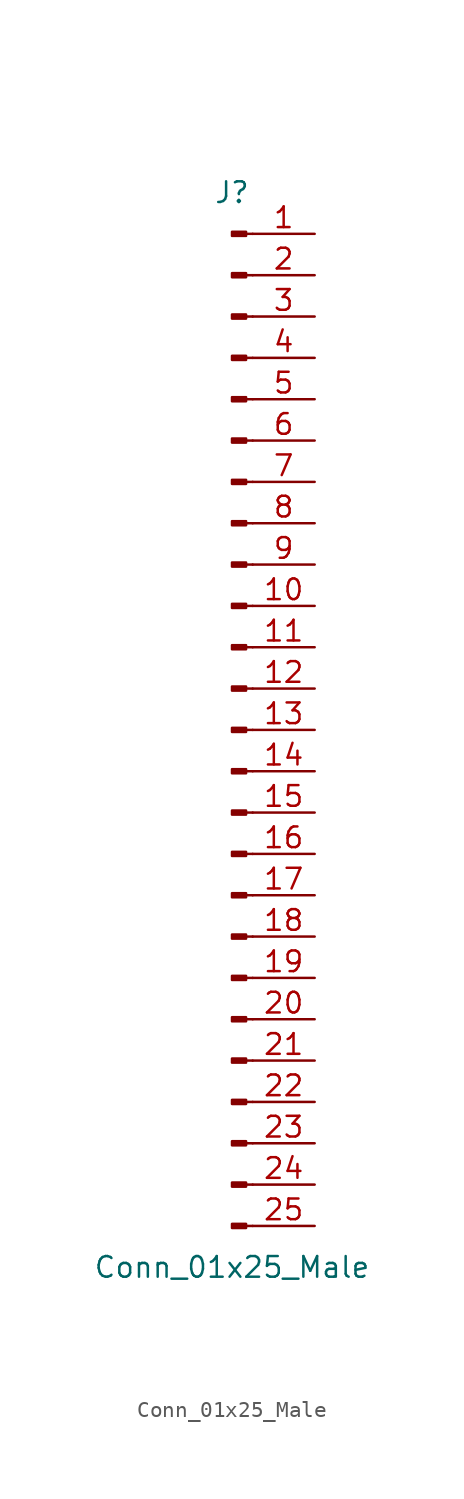
<source format=kicad_sym>
(kicad_symbol_lib
  (version 20201005)
  (generator kicad_symbol_editor)
  (symbol "Conn_01x25_Male"
    (pin_names
      (offset 1.016) hide)
    (property "Reference" "J"
      (at 0 33.02 0)
      (effects (font (size 1.27 1.27))))
    (property "Value" "Conn_01x25_Male"
      (at 0 -33.02 0)
      (effects (font (size 1.27 1.27))))
    (symbol "Conn_01x25_Male_1_1"
      (rectangle (start 0.864 -30.353) (end 0 -30.607) (stroke (width 0.152)) (fill (type outline)))
      (rectangle (start 0.864 -27.813) (end 0 -28.067) (stroke (width 0.152)) (fill (type outline)))
      (rectangle (start 0.864 -25.273) (end 0 -25.527) (stroke (width 0.152)) (fill (type outline)))
      (rectangle (start 0.864 -22.733) (end 0 -22.987) (stroke (width 0.152)) (fill (type outline)))
      (rectangle (start 0.864 -20.193) (end 0 -20.447) (stroke (width 0.152)) (fill (type outline)))
      (rectangle (start 0.864 -17.653) (end 0 -17.907) (stroke (width 0.152)) (fill (type outline)))
      (rectangle (start 0.864 -15.113) (end 0 -15.367) (stroke (width 0.152)) (fill (type outline)))
      (rectangle (start 0.864 -12.573) (end 0 -12.827) (stroke (width 0.152)) (fill (type outline)))
      (rectangle (start 0.864 -10.033) (end 0 -10.287) (stroke (width 0.152)) (fill (type outline)))
      (rectangle (start 0.864 -7.493) (end 0 -7.747) (stroke (width 0.152)) (fill (type outline)))
      (rectangle (start 0.864 -4.953) (end 0 -5.207) (stroke (width 0.152)) (fill (type outline)))
      (rectangle (start 0.864 -2.413) (end 0 -2.667) (stroke (width 0.152)) (fill (type outline)))
      (rectangle (start 0.864 0.127) (end 0 -0.127) (stroke (width 0.152)) (fill (type outline)))
      (rectangle (start 0.864 2.667) (end 0 2.413) (stroke (width 0.152)) (fill (type outline)))
      (rectangle (start 0.864 5.207) (end 0 4.953) (stroke (width 0.152)) (fill (type outline)))
      (rectangle (start 0.864 7.747) (end 0 7.493) (stroke (width 0.152)) (fill (type outline)))
      (rectangle (start 0.864 10.287) (end 0 10.033) (stroke (width 0.152)) (fill (type outline)))
      (rectangle (start 0.864 12.827) (end 0 12.573) (stroke (width 0.152)) (fill (type outline)))
      (rectangle (start 0.864 15.367) (end 0 15.113) (stroke (width 0.152)) (fill (type outline)))
      (rectangle (start 0.864 17.907) (end 0 17.653) (stroke (width 0.152)) (fill (type outline)))
      (rectangle (start 0.864 20.447) (end 0 20.193) (stroke (width 0.152)) (fill (type outline)))
      (rectangle (start 0.864 22.987) (end 0 22.733) (stroke (width 0.152)) (fill (type outline)))
      (rectangle (start 0.864 25.527) (end 0 25.273) (stroke (width 0.152)) (fill (type outline)))
      (rectangle (start 0.864 28.067) (end 0 27.813) (stroke (width 0.152)) (fill (type outline)))
      (rectangle (start 0.864 30.607) (end 0 30.353) (stroke (width 0.152)) (fill (type outline)))
      (polyline (pts (xy 1.27 -30.48) (xy 0.864 -30.48)) (stroke (width 0.152)) (fill (type none)))
      (polyline (pts (xy 1.27 -27.94) (xy 0.864 -27.94)) (stroke (width 0.152)) (fill (type none)))
      (polyline (pts (xy 1.27 -25.4) (xy 0.864 -25.4)) (stroke (width 0.152)) (fill (type none)))
      (polyline (pts (xy 1.27 -22.86) (xy 0.864 -22.86)) (stroke (width 0.152)) (fill (type none)))
      (polyline (pts (xy 1.27 -20.32) (xy 0.864 -20.32)) (stroke (width 0.152)) (fill (type none)))
      (polyline (pts (xy 1.27 -17.78) (xy 0.864 -17.78)) (stroke (width 0.152)) (fill (type none)))
      (polyline (pts (xy 1.27 -15.24) (xy 0.864 -15.24)) (stroke (width 0.152)) (fill (type none)))
      (polyline (pts (xy 1.27 -12.7) (xy 0.864 -12.7)) (stroke (width 0.152)) (fill (type none)))
      (polyline (pts (xy 1.27 -10.16) (xy 0.864 -10.16)) (stroke (width 0.152)) (fill (type none)))
      (polyline (pts (xy 1.27 -7.62) (xy 0.864 -7.62)) (stroke (width 0.152)) (fill (type none)))
      (polyline (pts (xy 1.27 -5.08) (xy 0.864 -5.08)) (stroke (width 0.152)) (fill (type none)))
      (polyline (pts (xy 1.27 -2.54) (xy 0.864 -2.54)) (stroke (width 0.152)) (fill (type none)))
      (polyline (pts (xy 1.27 0) (xy 0.864 0)) (stroke (width 0.152)) (fill (type none)))
      (polyline (pts (xy 1.27 2.54) (xy 0.864 2.54)) (stroke (width 0.152)) (fill (type none)))
      (polyline (pts (xy 1.27 5.08) (xy 0.864 5.08)) (stroke (width 0.152)) (fill (type none)))
      (polyline (pts (xy 1.27 7.62) (xy 0.864 7.62)) (stroke (width 0.152)) (fill (type none)))
      (polyline (pts (xy 1.27 10.16) (xy 0.864 10.16)) (stroke (width 0.152)) (fill (type none)))
      (polyline (pts (xy 1.27 12.7) (xy 0.864 12.7)) (stroke (width 0.152)) (fill (type none)))
      (polyline (pts (xy 1.27 15.24) (xy 0.864 15.24)) (stroke (width 0.152)) (fill (type none)))
      (polyline (pts (xy 1.27 17.78) (xy 0.864 17.78)) (stroke (width 0.152)) (fill (type none)))
      (polyline (pts (xy 1.27 20.32) (xy 0.864 20.32)) (stroke (width 0.152)) (fill (type none)))
      (polyline (pts (xy 1.27 22.86) (xy 0.864 22.86)) (stroke (width 0.152)) (fill (type none)))
      (polyline (pts (xy 1.27 25.4) (xy 0.864 25.4)) (stroke (width 0.152)) (fill (type none)))
      (polyline (pts (xy 1.27 27.94) (xy 0.864 27.94)) (stroke (width 0.152)) (fill (type none)))
      (polyline (pts (xy 1.27 30.48) (xy 0.864 30.48)) (stroke (width 0.152)) (fill (type none)))
      (pin passive line (at 5.08 30.48 180) (length 3.81) (name "Pin_1" (effects (font (size 1.27 1.27)))) (number "1" (effects (font (size 1.27 1.27)))))
      (pin passive line (at 5.08 7.62 180) (length 3.81) (name "Pin_10" (effects (font (size 1.27 1.27)))) (number "10" (effects (font (size 1.27 1.27)))))
      (pin passive line (at 5.08 5.08 180) (length 3.81) (name "Pin_11" (effects (font (size 1.27 1.27)))) (number "11" (effects (font (size 1.27 1.27)))))
      (pin passive line (at 5.08 2.54 180) (length 3.81) (name "Pin_12" (effects (font (size 1.27 1.27)))) (number "12" (effects (font (size 1.27 1.27)))))
      (pin passive line (at 5.08 0 180) (length 3.81) (name "Pin_13" (effects (font (size 1.27 1.27)))) (number "13" (effects (font (size 1.27 1.27)))))
      (pin passive line (at 5.08 -2.54 180) (length 3.81) (name "Pin_14" (effects (font (size 1.27 1.27)))) (number "14" (effects (font (size 1.27 1.27)))))
      (pin passive line (at 5.08 -5.08 180) (length 3.81) (name "Pin_15" (effects (font (size 1.27 1.27)))) (number "15" (effects (font (size 1.27 1.27)))))
      (pin passive line (at 5.08 -7.62 180) (length 3.81) (name "Pin_16" (effects (font (size 1.27 1.27)))) (number "16" (effects (font (size 1.27 1.27)))))
      (pin passive line (at 5.08 -10.16 180) (length 3.81) (name "Pin_17" (effects (font (size 1.27 1.27)))) (number "17" (effects (font (size 1.27 1.27)))))
      (pin passive line (at 5.08 -12.7 180) (length 3.81) (name "Pin_18" (effects (font (size 1.27 1.27)))) (number "18" (effects (font (size 1.27 1.27)))))
      (pin passive line (at 5.08 -15.24 180) (length 3.81) (name "Pin_19" (effects (font (size 1.27 1.27)))) (number "19" (effects (font (size 1.27 1.27)))))
      (pin passive line (at 5.08 27.94 180) (length 3.81) (name "Pin_2" (effects (font (size 1.27 1.27)))) (number "2" (effects (font (size 1.27 1.27)))))
      (pin passive line (at 5.08 -17.78 180) (length 3.81) (name "Pin_20" (effects (font (size 1.27 1.27)))) (number "20" (effects (font (size 1.27 1.27)))))
      (pin passive line (at 5.08 -20.32 180) (length 3.81) (name "Pin_21" (effects (font (size 1.27 1.27)))) (number "21" (effects (font (size 1.27 1.27)))))
      (pin passive line (at 5.08 -22.86 180) (length 3.81) (name "Pin_22" (effects (font (size 1.27 1.27)))) (number "22" (effects (font (size 1.27 1.27)))))
      (pin passive line (at 5.08 -25.4 180) (length 3.81) (name "Pin_23" (effects (font (size 1.27 1.27)))) (number "23" (effects (font (size 1.27 1.27)))))
      (pin passive line (at 5.08 -27.94 180) (length 3.81) (name "Pin_24" (effects (font (size 1.27 1.27)))) (number "24" (effects (font (size 1.27 1.27)))))
      (pin passive line (at 5.08 -30.48 180) (length 3.81) (name "Pin_25" (effects (font (size 1.27 1.27)))) (number "25" (effects (font (size 1.27 1.27)))))
      (pin passive line (at 5.08 25.4 180) (length 3.81) (name "Pin_3" (effects (font (size 1.27 1.27)))) (number "3" (effects (font (size 1.27 1.27)))))
      (pin passive line (at 5.08 22.86 180) (length 3.81) (name "Pin_4" (effects (font (size 1.27 1.27)))) (number "4" (effects (font (size 1.27 1.27)))))
      (pin passive line (at 5.08 20.32 180) (length 3.81) (name "Pin_5" (effects (font (size 1.27 1.27)))) (number "5" (effects (font (size 1.27 1.27)))))
      (pin passive line (at 5.08 17.78 180) (length 3.81) (name "Pin_6" (effects (font (size 1.27 1.27)))) (number "6" (effects (font (size 1.27 1.27)))))
      (pin passive line (at 5.08 15.24 180) (length 3.81) (name "Pin_7" (effects (font (size 1.27 1.27)))) (number "7" (effects (font (size 1.27 1.27)))))
      (pin passive line (at 5.08 12.7 180) (length 3.81) (name "Pin_8" (effects (font (size 1.27 1.27)))) (number "8" (effects (font (size 1.27 1.27)))))
      (pin passive line (at 5.08 10.16 180) (length 3.81) (name "Pin_9" (effects (font (size 1.27 1.27)))) (number "9" (effects (font (size 1.27 1.27))))))))
</source>
